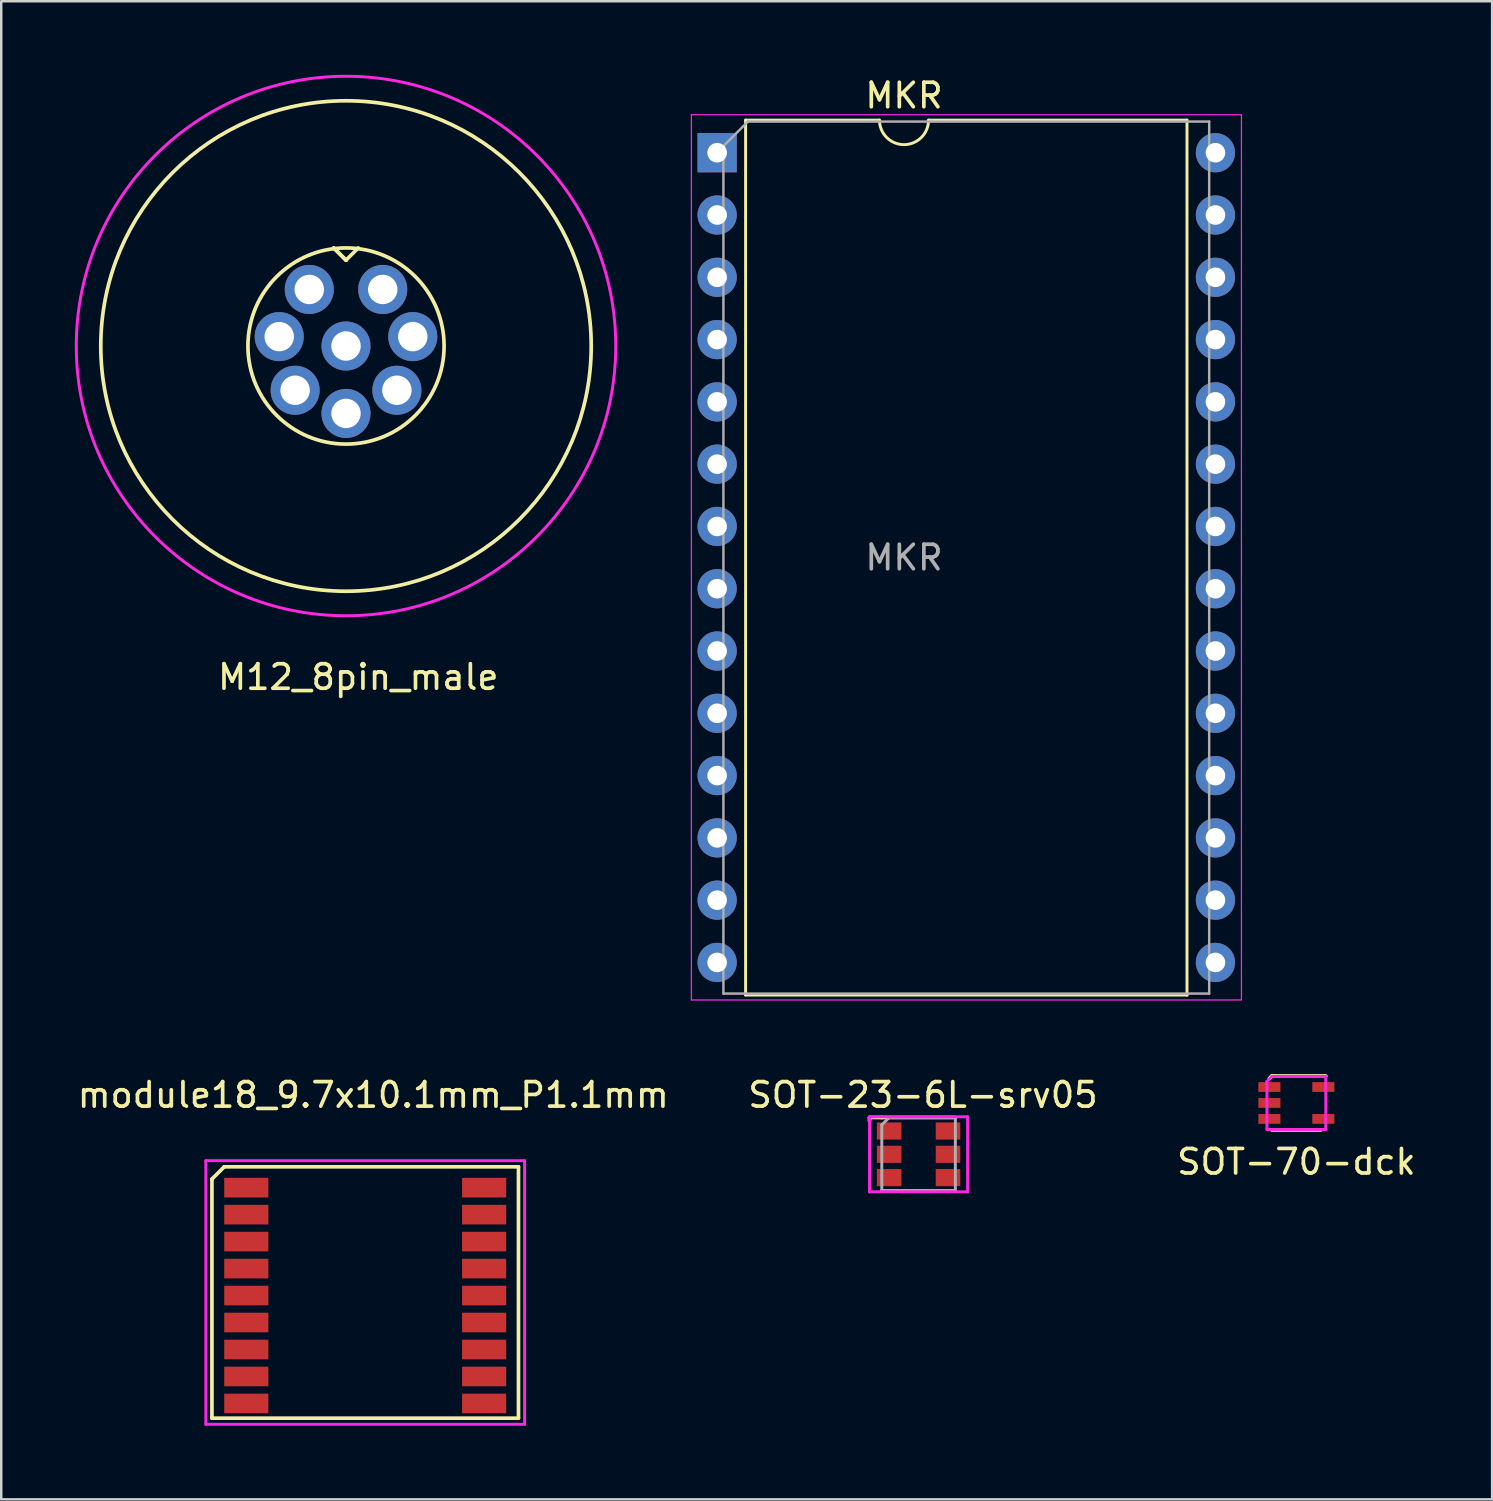
<source format=kicad_pcb>
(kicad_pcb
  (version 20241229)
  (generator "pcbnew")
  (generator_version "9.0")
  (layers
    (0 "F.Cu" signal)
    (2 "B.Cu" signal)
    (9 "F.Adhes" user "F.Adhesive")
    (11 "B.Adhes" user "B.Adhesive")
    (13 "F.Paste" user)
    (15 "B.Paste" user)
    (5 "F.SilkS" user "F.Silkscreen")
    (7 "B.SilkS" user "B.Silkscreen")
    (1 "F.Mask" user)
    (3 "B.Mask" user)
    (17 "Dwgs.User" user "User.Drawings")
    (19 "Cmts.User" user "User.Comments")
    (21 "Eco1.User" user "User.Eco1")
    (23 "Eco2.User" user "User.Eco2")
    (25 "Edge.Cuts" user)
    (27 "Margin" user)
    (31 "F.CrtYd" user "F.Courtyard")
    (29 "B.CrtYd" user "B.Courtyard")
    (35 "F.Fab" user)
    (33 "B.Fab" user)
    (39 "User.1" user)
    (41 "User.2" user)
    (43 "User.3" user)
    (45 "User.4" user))
  (footprint "module18_9.7x10.1mm_P1.1mm"
    (layer "F.Cu")
    (at 11.843 49.782)
    (property "Reference" "module18_9.7x10.1mm_P1.1mm" (at 0.33 -8.18 0) (layer "F.SilkS") (effects (font (size 1 1) (thickness 0.15))))
    (attr smd)
    (fp_line (start -6.25 -4.75) (end -6.25 5) (stroke (width 0.15) (type solid)) (layer "F.SilkS"))
    (fp_line (start -6.25 5) (end 6.25 5) (stroke (width 0.15) (type solid)) (layer "F.SilkS"))
    (fp_line (start -5.75 -5.25) (end -6.25 -4.75) (stroke (width 0.15) (type solid)) (layer "F.SilkS"))
    (fp_line (start 6.25 -5.25) (end -5.75 -5.25) (stroke (width 0.15) (type solid)) (layer "F.SilkS"))
    (fp_line (start 6.25 5) (end 6.25 -5.25) (stroke (width 0.15) (type solid)) (layer "F.SilkS"))
    (fp_line (start -6.5 -5.5) (end -6.5 5.25) (stroke (width 0.12) (type solid)) (layer "F.CrtYd"))
    (fp_line (start -6.5 5.25) (end 6.5 5.25) (stroke (width 0.12) (type solid)) (layer "F.CrtYd"))
    (fp_line (start 6.5 -5.5) (end -6.5 -5.5) (stroke (width 0.12) (type solid)) (layer "F.CrtYd"))
    (fp_line (start 6.5 5.25) (end 6.5 -5.5) (stroke (width 0.12) (type solid)) (layer "F.CrtYd"))
    (pad "1" smd rect (at -4.85 -4.4) (size 1.8 0.8) (layers "F.Cu" "F.Mask" "F.Paste"))
    (pad "2" smd rect (at -4.85 -3.3) (size 1.8 0.8) (layers "F.Cu" "F.Mask" "F.Paste"))
    (pad "3" smd rect (at -4.85 -2.2) (size 1.8 0.8) (layers "F.Cu" "F.Mask" "F.Paste"))
    (pad "4" smd rect (at -4.85 -1.1) (size 1.8 0.8) (layers "F.Cu" "F.Mask" "F.Paste"))
    (pad "5" smd rect (at -4.85 0) (size 1.8 0.8) (layers "F.Cu" "F.Mask" "F.Paste"))
    (pad "6" smd rect (at -4.85 1.1) (size 1.8 0.8) (layers "F.Cu" "F.Mask" "F.Paste"))
    (pad "7" smd rect (at -4.85 2.2) (size 1.8 0.8) (layers "F.Cu" "F.Mask" "F.Paste"))
    (pad "8" smd rect (at -4.85 3.3) (size 1.8 0.8) (layers "F.Cu" "F.Mask" "F.Paste"))
    (pad "9" smd rect (at -4.85 4.4) (size 1.8 0.8) (layers "F.Cu" "F.Mask" "F.Paste"))
    (pad "10" smd rect (at 4.85 4.4) (size 1.8 0.8) (layers "F.Cu" "F.Mask" "F.Paste"))
    (pad "11" smd rect (at 4.85 3.3) (size 1.8 0.8) (layers "F.Cu" "F.Mask" "F.Paste"))
    (pad "12" smd rect (at 4.85 2.2) (size 1.8 0.8) (layers "F.Cu" "F.Mask" "F.Paste"))
    (pad "13" smd rect (at 4.85 1.1) (size 1.8 0.8) (layers "F.Cu" "F.Mask" "F.Paste"))
    (pad "14" smd rect (at 4.85 0) (size 1.8 0.8) (layers "F.Cu" "F.Mask" "F.Paste"))
    (pad "15" smd rect (at 4.85 -1.1) (size 1.8 0.8) (layers "F.Cu" "F.Mask" "F.Paste"))
    (pad "16" smd rect (at 4.85 -2.2) (size 1.8 0.8) (layers "F.Cu" "F.Mask" "F.Paste"))
    (pad "17" smd rect (at 4.85 -3.3) (size 1.8 0.8) (layers "F.Cu" "F.Mask" "F.Paste"))
    (pad "18" smd rect (at 4.85 -4.4) (size 1.8 0.8) (layers "F.Cu" "F.Mask" "F.Paste")))
  (footprint "SOT-70-dck"
    (layer "F.Cu")
    (at 49.815 41.928)
    (property "Reference" "SOT-70-dck" (at 0 2.4 0) (layer "F.SilkS") (effects (font (size 1 1) (thickness 0.15))))
    (attr smd)
    (fp_line (start -1 -1.1) (end -1.1 -1) (stroke (width 0.15) (type solid)) (layer "F.SilkS"))
    (fp_line (start 1 1.1) (end -1 1.1) (stroke (width 0.15) (type solid)) (layer "F.SilkS"))
    (fp_line (start 1.2 -1.1) (end -1 -1.1) (stroke (width 0.15) (type solid)) (layer "F.SilkS"))
    (fp_line (start -1.2 -0.88) (end -1.2 1.08) (stroke (width 0.12) (type solid)) (layer "F.CrtYd"))
    (fp_line (start -1.2 1.08) (end 1.2 1.08) (stroke (width 0.12) (type solid)) (layer "F.CrtYd"))
    (fp_line (start -1 -1.08) (end -1.2 -0.88) (stroke (width 0.12) (type solid)) (layer "F.CrtYd"))
    (fp_line (start -1 -1.08) (end 1.2 -1.08) (stroke (width 0.12) (type solid)) (layer "F.CrtYd"))
    (fp_line (start 1.2 -1.08) (end 1.2 1.08) (stroke (width 0.12) (type solid)) (layer "F.CrtYd"))
    (pad "1" smd rect (at -1.1 -0.65) (size 0.9 0.4) (layers "F.Cu" "F.Mask" "F.Paste"))
    (pad "2" smd rect (at -1.1 0) (size 0.9 0.4) (layers "F.Cu" "F.Mask" "F.Paste"))
    (pad "3" smd rect (at -1.1 0.65) (size 0.9 0.4) (layers "F.Cu" "F.Mask" "F.Paste"))
    (pad "4" smd rect (at 1.1 0.65) (size 0.9 0.4) (layers "F.Cu" "F.Mask" "F.Paste"))
    (pad "5" smd rect (at 1.1 -0.65) (size 0.9 0.4) (layers "F.Cu" "F.Mask" "F.Paste")))
  (footprint "M12_8pin_male"
    (layer "F.Cu")
    (at 11.06 11.06)
    (property "Reference" "M12_8pin_male" (at 0.5 13.5 0) (layer "F.SilkS") (effects (font (size 1 1) (thickness 0.15))))
    (attr through_hole)
    (fp_line (start -0.5 -4) (end 0 -3.5) (stroke (width 0.15) (type solid)) (layer "F.SilkS"))
    (fp_line (start 0 -3.5) (end -0.5 -4) (stroke (width 0.15) (type solid)) (layer "F.SilkS"))
    (fp_line (start 0 -3.5) (end 0.5 -4) (stroke (width 0.15) (type solid)) (layer "F.SilkS"))
    (fp_circle (center 0 0) (end 4 0) (stroke (width 0.15) (type solid)) (fill no) (layer "F.SilkS"))
    (fp_circle (center 0 0) (end 10 0) (stroke (width 0.15) (type solid)) (fill no) (layer "F.SilkS"))
    (fp_circle (center 0 0) (end 11 0) (stroke (width 0.12) (type solid)) (fill no) (layer "F.CrtYd"))
    (pad "1" thru_hole circle (at -1.498 -2.306 180) (size 2 2) (drill 1.2) (layers "*.Cu" "*.Mask"))
    (pad "2" thru_hole circle (at 1.498 -2.306 180) (size 2 2) (drill 1.2) (layers "*.Cu" "*.Mask"))
    (pad "3" thru_hole circle (at 2.723 -0.383 270) (size 2 2) (drill 1.2) (layers "*.Cu" "*.Mask"))
    (pad "4" thru_hole circle (at 2.075 1.804 180) (size 2 2) (drill 1.2) (layers "*.Cu" "*.Mask"))
    (pad "5" thru_hole circle (at 0 2.75 180) (size 2 2) (drill 1.2) (layers "*.Cu" "*.Mask"))
    (pad "6" thru_hole circle (at -2.075 1.804 180) (size 2 2) (drill 1.2) (layers "*.Cu" "*.Mask"))
    (pad "7" thru_hole circle (at -2.723 -0.383 180) (size 2 2) (drill 1.2) (layers "*.Cu" "*.Mask"))
    (pad "8" thru_hole circle (at 0 0 180) (size 2 2) (drill 1.2) (layers "*.Cu" "*.Mask")))
  (footprint "SOT-23-6L-srv05"
    (layer "F.Cu")
    (at 34.409 44.022)
    (property "Reference" "SOT-23-6L-srv05" (at 0.18 -2.42 0) (layer "F.SilkS") (effects (font (size 1 1) (thickness 0.15))))
    (attr smd)
    (fp_line (start -2 -1.5) (end -2 -1.36) (stroke (width 0.15) (type solid)) (layer "F.SilkS"))
    (fp_line (start -1.5 -1.5) (end -2 -1.5) (stroke (width 0.15) (type solid)) (layer "F.SilkS"))
    (fp_line (start -1.5 -1.5) (end 1.5 -1.5) (stroke (width 0.15) (type solid)) (layer "F.SilkS"))
    (fp_line (start -1.5 1.5) (end 1.5 1.5) (stroke (width 0.15) (type solid)) (layer "F.SilkS"))
    (fp_line (start -2 -1.53) (end -2 1.53) (stroke (width 0.12) (type solid)) (layer "F.CrtYd"))
    (fp_line (start -2 -1.53) (end 2 -1.53) (stroke (width 0.12) (type solid)) (layer "F.CrtYd"))
    (fp_line (start 2 -1.53) (end 2 1.53) (stroke (width 0.12) (type solid)) (layer "F.CrtYd"))
    (fp_line (start 2 1.53) (end -2 1.53) (stroke (width 0.12) (type solid)) (layer "F.CrtYd"))
    (fp_line (start -1.5 -1.2) (end -1.5 1.5) (stroke (width 0.12) (type solid)) (layer "F.Fab"))
    (fp_line (start -1.5 -1.2) (end -1.2 -1.5) (stroke (width 0.12) (type solid)) (layer "F.Fab"))
    (fp_line (start -1.5 1.5) (end 1.5 1.5) (stroke (width 0.12) (type solid)) (layer "F.Fab"))
    (fp_line (start -1.2 -1.5) (end 1.5 -1.5) (stroke (width 0.12) (type solid)) (layer "F.Fab"))
    (fp_line (start 1.5 -1.5) (end 1.5 1.5) (stroke (width 0.12) (type solid)) (layer "F.Fab"))
    (pad "1" smd rect (at -1.2 -0.95) (size 1 0.7) (layers "F.Cu" "F.Mask" "F.Paste"))
    (pad "2" smd rect (at -1.2 0) (size 1 0.7) (layers "F.Cu" "F.Mask" "F.Paste"))
    (pad "3" smd rect (at -1.2 0.95) (size 1 0.7) (layers "F.Cu" "F.Mask" "F.Paste"))
    (pad "4" smd rect (at 1.2 0.95) (size 1 0.7) (layers "F.Cu" "F.Mask" "F.Paste"))
    (pad "5" smd rect (at 1.2 0) (size 1 0.7) (layers "F.Cu" "F.Mask" "F.Paste"))
    (pad "6" smd rect (at 1.2 -0.95) (size 1 0.7) (layers "F.Cu" "F.Mask" "F.Paste")))
  (footprint "MKR"
    (layer "F.Cu")
    (at 26.195 3.178)
    (property "Reference" "MKR" (at 7.62 -2.33 0) (layer "F.SilkS") (effects (font (size 1 1) (thickness 0.15))))
    (attr through_hole)
    (fp_line (start 1.16 -1.33) (end 1.16 34.35) (stroke (width 0.12) (type solid)) (layer "F.SilkS"))
    (fp_line (start 1.16 34.35) (end 19.16 34.35) (stroke (width 0.12) (type solid)) (layer "F.SilkS"))
    (fp_line (start 6.62 -1.33) (end 1.16 -1.33) (stroke (width 0.12) (type solid)) (layer "F.SilkS"))
    (fp_line (start 19.16 -1.33) (end 8.62 -1.33) (stroke (width 0.12) (type solid)) (layer "F.SilkS"))
    (fp_line (start 19.16 34.35) (end 19.16 -1.33) (stroke (width 0.12) (type solid)) (layer "F.SilkS"))
    (fp_arc (start 8.62 -1.33) (mid 7.62 -0.33) (end 6.62 -1.33) (stroke (width 0.12) (type solid)) (layer "F.SilkS"))
    (fp_line (start -1.05 -1.55) (end -1.05 34.55) (stroke (width 0.05) (type solid)) (layer "F.CrtYd"))
    (fp_line (start -1.05 34.55) (end 21.38 34.55) (stroke (width 0.05) (type solid)) (layer "F.CrtYd"))
    (fp_line (start 21.38 -1.55) (end -1.05 -1.55) (stroke (width 0.05) (type solid)) (layer "F.CrtYd"))
    (fp_line (start 21.38 34.55) (end 21.38 -1.55) (stroke (width 0.05) (type solid)) (layer "F.CrtYd"))
    (fp_line (start 0.255 -0.27) (end 1.255 -1.27) (stroke (width 0.1) (type solid)) (layer "F.Fab"))
    (fp_line (start 0.255 34.29) (end 0.255 -0.27) (stroke (width 0.1) (type solid)) (layer "F.Fab"))
    (fp_line (start 1.255 -1.27) (end 20.065 -1.27) (stroke (width 0.1) (type solid)) (layer "F.Fab"))
    (fp_line (start 20.065 -1.27) (end 20.065 34.29) (stroke (width 0.1) (type solid)) (layer "F.Fab"))
    (fp_line (start 20.065 34.29) (end 0.255 34.29) (stroke (width 0.1) (type solid)) (layer "F.Fab"))
    (fp_text user "${REFERENCE}" (at 7.62 16.51 0) (layer "F.Fab") (effects (font (size 1 1) (thickness 0.15))))
    (pad "1" thru_hole rect (at 0 0) (size 1.6 1.6) (drill 0.8) (layers "*.Cu" "*.Mask"))
    (pad "2" thru_hole oval (at 0 2.54) (size 1.6 1.6) (drill 0.8) (layers "*.Cu" "*.Mask"))
    (pad "3" thru_hole oval (at 0 5.08) (size 1.6 1.6) (drill 0.8) (layers "*.Cu" "*.Mask"))
    (pad "4" thru_hole oval (at 0 7.62) (size 1.6 1.6) (drill 0.8) (layers "*.Cu" "*.Mask"))
    (pad "5" thru_hole oval (at 0 10.16) (size 1.6 1.6) (drill 0.8) (layers "*.Cu" "*.Mask"))
    (pad "6" thru_hole oval (at 0 12.7) (size 1.6 1.6) (drill 0.8) (layers "*.Cu" "*.Mask"))
    (pad "7" thru_hole oval (at 0 15.24) (size 1.6 1.6) (drill 0.8) (layers "*.Cu" "*.Mask"))
    (pad "8" thru_hole oval (at 0 17.78) (size 1.6 1.6) (drill 0.8) (layers "*.Cu" "*.Mask"))
    (pad "9" thru_hole oval (at 0 20.32) (size 1.6 1.6) (drill 0.8) (layers "*.Cu" "*.Mask"))
    (pad "10" thru_hole oval (at 0 22.86) (size 1.6 1.6) (drill 0.8) (layers "*.Cu" "*.Mask"))
    (pad "11" thru_hole oval (at 0 25.4) (size 1.6 1.6) (drill 0.8) (layers "*.Cu" "*.Mask"))
    (pad "12" thru_hole oval (at 0 27.94) (size 1.6 1.6) (drill 0.8) (layers "*.Cu" "*.Mask"))
    (pad "13" thru_hole oval (at 0 30.48) (size 1.6 1.6) (drill 0.8) (layers "*.Cu" "*.Mask"))
    (pad "14" thru_hole oval (at 0 33.02) (size 1.6 1.6) (drill 0.8) (layers "*.Cu" "*.Mask"))
    (pad "15" thru_hole oval (at 20.32 33.02) (size 1.6 1.6) (drill 0.8) (layers "*.Cu" "*.Mask"))
    (pad "16" thru_hole oval (at 20.32 30.48) (size 1.6 1.6) (drill 0.8) (layers "*.Cu" "*.Mask"))
    (pad "17" thru_hole oval (at 20.32 27.94) (size 1.6 1.6) (drill 0.8) (layers "*.Cu" "*.Mask"))
    (pad "18" thru_hole oval (at 20.32 25.4) (size 1.6 1.6) (drill 0.8) (layers "*.Cu" "*.Mask"))
    (pad "19" thru_hole oval (at 20.32 22.86) (size 1.6 1.6) (drill 0.8) (layers "*.Cu" "*.Mask"))
    (pad "20" thru_hole oval (at 20.32 20.32) (size 1.6 1.6) (drill 0.8) (layers "*.Cu" "*.Mask"))
    (pad "21" thru_hole oval (at 20.32 17.78) (size 1.6 1.6) (drill 0.8) (layers "*.Cu" "*.Mask"))
    (pad "22" thru_hole oval (at 20.32 15.24) (size 1.6 1.6) (drill 0.8) (layers "*.Cu" "*.Mask"))
    (pad "23" thru_hole oval (at 20.32 12.7) (size 1.6 1.6) (drill 0.8) (layers "*.Cu" "*.Mask"))
    (pad "24" thru_hole oval (at 20.32 10.16) (size 1.6 1.6) (drill 0.8) (layers "*.Cu" "*.Mask"))
    (pad "25" thru_hole oval (at 20.32 7.62) (size 1.6 1.6) (drill 0.8) (layers "*.Cu" "*.Mask"))
    (pad "26" thru_hole oval (at 20.32 5.08) (size 1.6 1.6) (drill 0.8) (layers "*.Cu" "*.Mask"))
    (pad "27" thru_hole oval (at 20.32 2.54) (size 1.6 1.6) (drill 0.8) (layers "*.Cu" "*.Mask"))
    (pad "28" thru_hole oval (at 20.32 0) (size 1.6 1.6) (drill 0.8) (layers "*.Cu" "*.Mask")))
  (gr_rect
    (start -3 -3)
    (end 57.798 58.092)
    (stroke (width 0.1) (type default))
    (fill no)
    (layer "Edge.Cuts")))
</source>
